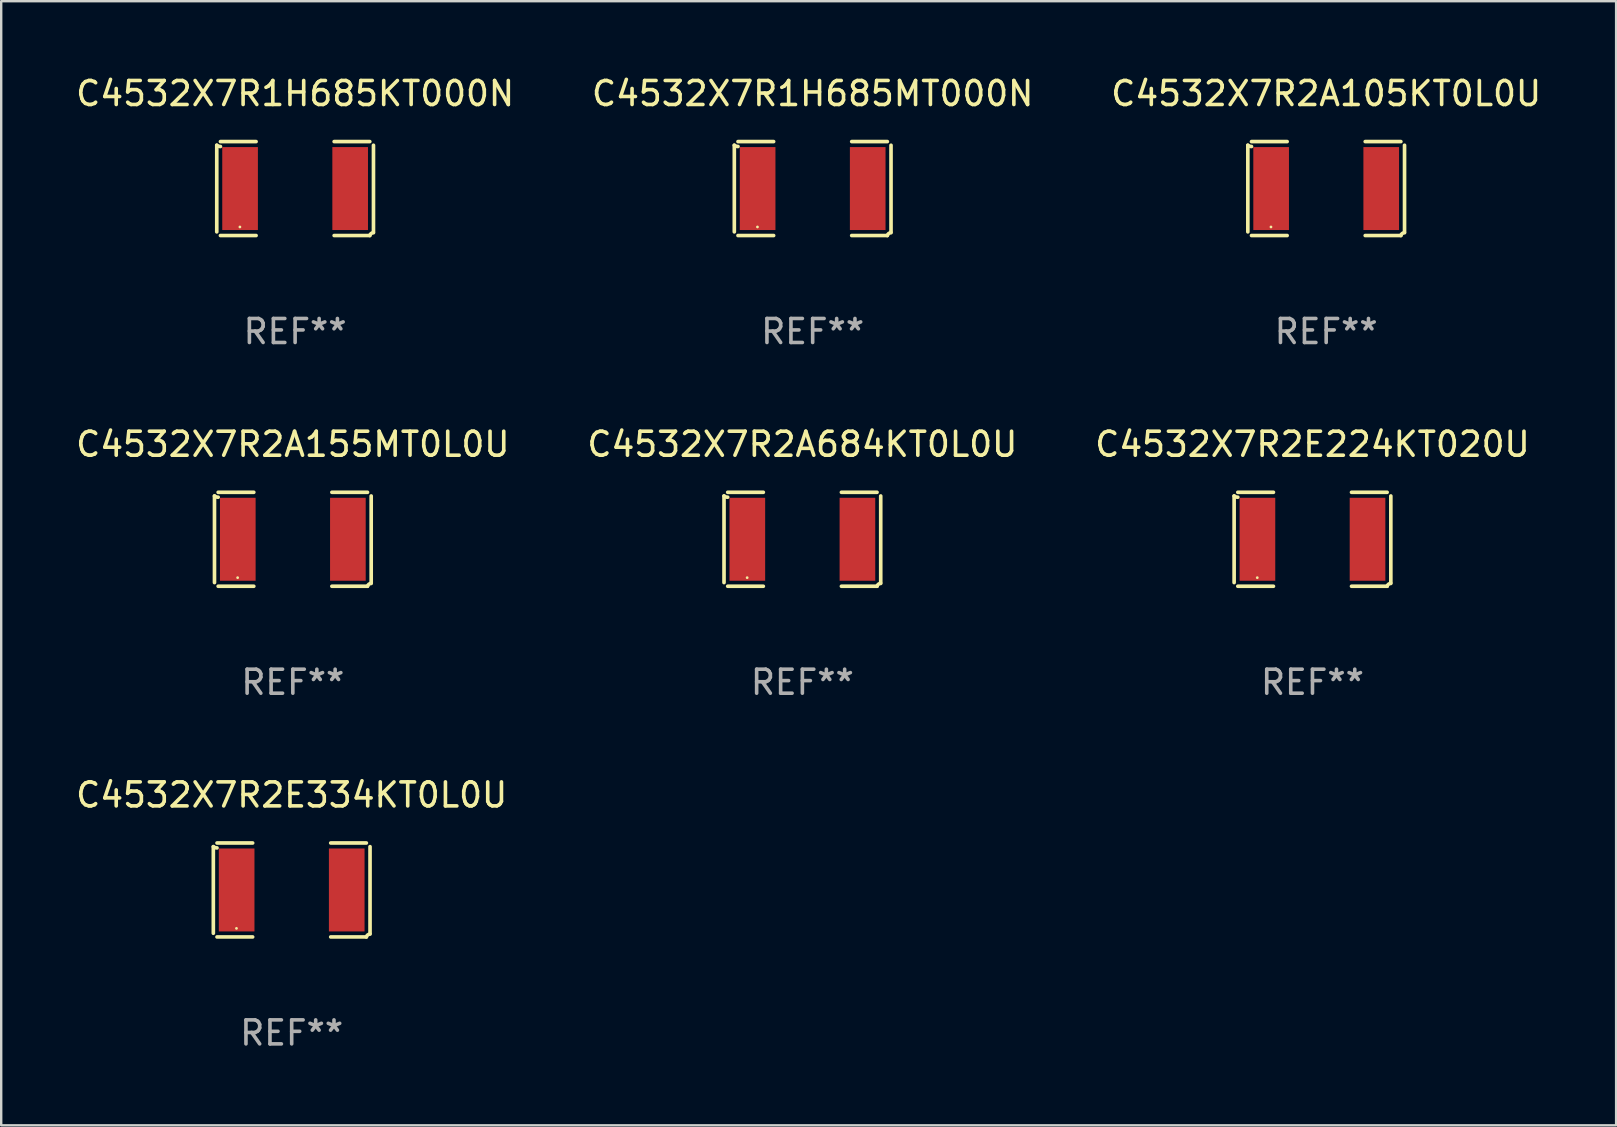
<source format=kicad_pcb>
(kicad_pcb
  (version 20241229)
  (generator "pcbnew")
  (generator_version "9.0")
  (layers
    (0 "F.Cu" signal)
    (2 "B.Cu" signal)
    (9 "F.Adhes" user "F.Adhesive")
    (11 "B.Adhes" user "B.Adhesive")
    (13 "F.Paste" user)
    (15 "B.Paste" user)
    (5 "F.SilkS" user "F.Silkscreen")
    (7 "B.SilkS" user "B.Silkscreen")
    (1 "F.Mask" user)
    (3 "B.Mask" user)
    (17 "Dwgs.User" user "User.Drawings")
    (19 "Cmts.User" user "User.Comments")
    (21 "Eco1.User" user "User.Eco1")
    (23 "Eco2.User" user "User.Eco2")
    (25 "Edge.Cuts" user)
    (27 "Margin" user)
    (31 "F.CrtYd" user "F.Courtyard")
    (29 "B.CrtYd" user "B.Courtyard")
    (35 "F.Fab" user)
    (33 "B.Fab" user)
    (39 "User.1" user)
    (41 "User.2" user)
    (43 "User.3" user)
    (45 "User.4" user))
  (footprint "C4532X7R2A684KT0L0U"
    (layer "F.Cu")
    (at 30.375 19.415)
    (property "Reference" "C4532X7R2A684KT0L0U" (at 0 -3.957 0) (layer "F.SilkS") (effects (font (size 1 1) (thickness 0.15))))
    (attr through_hole)
    (fp_line (start -3.264 1.804) (end -3.264 -1.804) (stroke (width 0.152) (type solid)) (layer "F.SilkS"))
    (fp_line (start -3.111 -1.957) (end -1.626 -1.957) (stroke (width 0.152) (type solid)) (layer "F.SilkS"))
    (fp_line (start -1.626 1.957) (end -3.111 1.957) (stroke (width 0.152) (type solid)) (layer "F.SilkS"))
    (fp_line (start 1.626 1.957) (end 3.111 1.957) (stroke (width 0.152) (type solid)) (layer "F.SilkS"))
    (fp_line (start 3.111 -1.957) (end 1.626 -1.957) (stroke (width 0.152) (type solid)) (layer "F.SilkS"))
    (fp_line (start 3.264 1.804) (end 3.264 -1.804) (stroke (width 0.152) (type solid)) (layer "F.SilkS"))
    (fp_arc (start -3.111202 -1.752192) (mid -3.191715 -1.76555) (end -3.263602 -1.804191) (stroke (width 0.1524) (type solid)) (layer "F.SilkS"))
    (fp_arc (start 3.111201 1.956591) (mid 3.167789 1.872777) (end 3.263602 1.840424) (stroke (width 0.1524) (type solid)) (layer "F.SilkS"))
    (fp_circle (center -2.3 1.6) (end -2.27 1.6) (stroke (width 0.06) (type solid)) (fill no) (layer "F.SilkS"))
    (fp_text user "REF**" (at 0 5.957 0) (layer "F.Fab") (effects (font (size 1 1) (thickness 0.15))))
    (pad "1" smd rect (at -2.293 0) (size 1.485 3.456) (layers "F.Cu" "F.Mask" "F.Paste"))
    (pad "2" smd rect (at 2.293 0) (size 1.485 3.456) (layers "F.Cu" "F.Mask" "F.Paste")))
  (footprint "C4532X7R2A155MT0L0U"
    (layer "F.Cu")
    (at 9.149 19.415)
    (property "Reference" "C4532X7R2A155MT0L0U" (at 0 -3.957 0) (layer "F.SilkS") (effects (font (size 1 1) (thickness 0.15))))
    (attr through_hole)
    (fp_line (start -3.264 1.804) (end -3.264 -1.804) (stroke (width 0.152) (type solid)) (layer "F.SilkS"))
    (fp_line (start -3.111 -1.957) (end -1.626 -1.957) (stroke (width 0.152) (type solid)) (layer "F.SilkS"))
    (fp_line (start -1.626 1.957) (end -3.111 1.957) (stroke (width 0.152) (type solid)) (layer "F.SilkS"))
    (fp_line (start 1.626 1.957) (end 3.111 1.957) (stroke (width 0.152) (type solid)) (layer "F.SilkS"))
    (fp_line (start 3.111 -1.957) (end 1.626 -1.957) (stroke (width 0.152) (type solid)) (layer "F.SilkS"))
    (fp_line (start 3.264 1.804) (end 3.264 -1.804) (stroke (width 0.152) (type solid)) (layer "F.SilkS"))
    (fp_arc (start -3.111202 -1.752192) (mid -3.191715 -1.76555) (end -3.263602 -1.804191) (stroke (width 0.1524) (type solid)) (layer "F.SilkS"))
    (fp_arc (start 3.111201 1.956591) (mid 3.167789 1.872777) (end 3.263602 1.840424) (stroke (width 0.1524) (type solid)) (layer "F.SilkS"))
    (fp_circle (center -2.3 1.6) (end -2.27 1.6) (stroke (width 0.06) (type solid)) (fill no) (layer "F.SilkS"))
    (fp_text user "REF**" (at 0 5.957 0) (layer "F.Fab") (effects (font (size 1 1) (thickness 0.15))))
    (pad "1" smd rect (at -2.293 0) (size 1.485 3.456) (layers "F.Cu" "F.Mask" "F.Paste"))
    (pad "2" smd rect (at 2.293 0) (size 1.485 3.456) (layers "F.Cu" "F.Mask" "F.Paste")))
  (footprint "C4532X7R2E334KT0L0U"
    (layer "F.Cu")
    (at 9.101 34.024)
    (property "Reference" "C4532X7R2E334KT0L0U" (at 0 -3.957 0) (layer "F.SilkS") (effects (font (size 1 1) (thickness 0.15))))
    (attr through_hole)
    (fp_line (start -3.264 1.804) (end -3.264 -1.804) (stroke (width 0.152) (type solid)) (layer "F.SilkS"))
    (fp_line (start -3.111 -1.957) (end -1.626 -1.957) (stroke (width 0.152) (type solid)) (layer "F.SilkS"))
    (fp_line (start -1.626 1.957) (end -3.111 1.957) (stroke (width 0.152) (type solid)) (layer "F.SilkS"))
    (fp_line (start 1.626 1.957) (end 3.111 1.957) (stroke (width 0.152) (type solid)) (layer "F.SilkS"))
    (fp_line (start 3.111 -1.957) (end 1.626 -1.957) (stroke (width 0.152) (type solid)) (layer "F.SilkS"))
    (fp_line (start 3.264 1.804) (end 3.264 -1.804) (stroke (width 0.152) (type solid)) (layer "F.SilkS"))
    (fp_arc (start -3.111202 -1.752192) (mid -3.191715 -1.76555) (end -3.263602 -1.804191) (stroke (width 0.1524) (type solid)) (layer "F.SilkS"))
    (fp_arc (start 3.111201 1.956591) (mid 3.167789 1.872777) (end 3.263602 1.840424) (stroke (width 0.1524) (type solid)) (layer "F.SilkS"))
    (fp_circle (center -2.3 1.6) (end -2.27 1.6) (stroke (width 0.06) (type solid)) (fill no) (layer "F.SilkS"))
    (fp_text user "REF**" (at 0 5.957 0) (layer "F.Fab") (effects (font (size 1 1) (thickness 0.15))))
    (pad "1" smd rect (at -2.293 0) (size 1.485 3.456) (layers "F.Cu" "F.Mask" "F.Paste"))
    (pad "2" smd rect (at 2.293 0) (size 1.485 3.456) (layers "F.Cu" "F.Mask" "F.Paste")))
  (footprint "C4532X7R2A105KT0L0U"
    (layer "F.Cu")
    (at 52.196 4.805)
    (property "Reference" "C4532X7R2A105KT0L0U" (at 0 -3.957 0) (layer "F.SilkS") (effects (font (size 1 1) (thickness 0.15))))
    (attr through_hole)
    (fp_line (start -3.264 1.804) (end -3.264 -1.804) (stroke (width 0.152) (type solid)) (layer "F.SilkS"))
    (fp_line (start -3.111 -1.957) (end -1.626 -1.957) (stroke (width 0.152) (type solid)) (layer "F.SilkS"))
    (fp_line (start -1.626 1.957) (end -3.111 1.957) (stroke (width 0.152) (type solid)) (layer "F.SilkS"))
    (fp_line (start 1.626 1.957) (end 3.111 1.957) (stroke (width 0.152) (type solid)) (layer "F.SilkS"))
    (fp_line (start 3.111 -1.957) (end 1.626 -1.957) (stroke (width 0.152) (type solid)) (layer "F.SilkS"))
    (fp_line (start 3.264 1.804) (end 3.264 -1.804) (stroke (width 0.152) (type solid)) (layer "F.SilkS"))
    (fp_arc (start -3.111202 -1.752192) (mid -3.191715 -1.76555) (end -3.263602 -1.804191) (stroke (width 0.1524) (type solid)) (layer "F.SilkS"))
    (fp_arc (start 3.111201 1.956591) (mid 3.167789 1.872777) (end 3.263602 1.840424) (stroke (width 0.1524) (type solid)) (layer "F.SilkS"))
    (fp_circle (center -2.3 1.6) (end -2.27 1.6) (stroke (width 0.06) (type solid)) (fill no) (layer "F.SilkS"))
    (fp_text user "REF**" (at 0 5.957 0) (layer "F.Fab") (effects (font (size 1 1) (thickness 0.15))))
    (pad "1" smd rect (at -2.293 0) (size 1.485 3.456) (layers "F.Cu" "F.Mask" "F.Paste"))
    (pad "2" smd rect (at 2.293 0) (size 1.485 3.456) (layers "F.Cu" "F.Mask" "F.Paste")))
  (footprint "C4532X7R1H685MT000N"
    (layer "F.Cu")
    (at 30.804 4.805)
    (property "Reference" "C4532X7R1H685MT000N" (at 0 -3.957 0) (layer "F.SilkS") (effects (font (size 1 1) (thickness 0.15))))
    (attr through_hole)
    (fp_line (start -3.264 1.804) (end -3.264 -1.804) (stroke (width 0.152) (type solid)) (layer "F.SilkS"))
    (fp_line (start -3.111 -1.957) (end -1.626 -1.957) (stroke (width 0.152) (type solid)) (layer "F.SilkS"))
    (fp_line (start -1.626 1.957) (end -3.111 1.957) (stroke (width 0.152) (type solid)) (layer "F.SilkS"))
    (fp_line (start 1.626 1.957) (end 3.111 1.957) (stroke (width 0.152) (type solid)) (layer "F.SilkS"))
    (fp_line (start 3.111 -1.957) (end 1.626 -1.957) (stroke (width 0.152) (type solid)) (layer "F.SilkS"))
    (fp_line (start 3.264 1.804) (end 3.264 -1.804) (stroke (width 0.152) (type solid)) (layer "F.SilkS"))
    (fp_arc (start -3.111202 -1.752192) (mid -3.191715 -1.76555) (end -3.263602 -1.804191) (stroke (width 0.1524) (type solid)) (layer "F.SilkS"))
    (fp_arc (start 3.111201 1.956591) (mid 3.167789 1.872777) (end 3.263602 1.840424) (stroke (width 0.1524) (type solid)) (layer "F.SilkS"))
    (fp_circle (center -2.3 1.6) (end -2.27 1.6) (stroke (width 0.06) (type solid)) (fill no) (layer "F.SilkS"))
    (fp_text user "REF**" (at 0 5.957 0) (layer "F.Fab") (effects (font (size 1 1) (thickness 0.15))))
    (pad "1" smd rect (at -2.293 0) (size 1.485 3.456) (layers "F.Cu" "F.Mask" "F.Paste"))
    (pad "2" smd rect (at 2.293 0) (size 1.485 3.456) (layers "F.Cu" "F.Mask" "F.Paste")))
  (footprint "C4532X7R2E224KT020U"
    (layer "F.Cu")
    (at 51.625 19.415)
    (property "Reference" "C4532X7R2E224KT020U" (at 0 -3.957 0) (layer "F.SilkS") (effects (font (size 1 1) (thickness 0.15))))
    (attr through_hole)
    (fp_line (start -3.264 1.804) (end -3.264 -1.804) (stroke (width 0.152) (type solid)) (layer "F.SilkS"))
    (fp_line (start -3.111 -1.957) (end -1.626 -1.957) (stroke (width 0.152) (type solid)) (layer "F.SilkS"))
    (fp_line (start -1.626 1.957) (end -3.111 1.957) (stroke (width 0.152) (type solid)) (layer "F.SilkS"))
    (fp_line (start 1.626 1.957) (end 3.111 1.957) (stroke (width 0.152) (type solid)) (layer "F.SilkS"))
    (fp_line (start 3.111 -1.957) (end 1.626 -1.957) (stroke (width 0.152) (type solid)) (layer "F.SilkS"))
    (fp_line (start 3.264 1.804) (end 3.264 -1.804) (stroke (width 0.152) (type solid)) (layer "F.SilkS"))
    (fp_arc (start -3.111202 -1.752192) (mid -3.191715 -1.76555) (end -3.263602 -1.804191) (stroke (width 0.1524) (type solid)) (layer "F.SilkS"))
    (fp_arc (start 3.111201 1.956591) (mid 3.167789 1.872777) (end 3.263602 1.840424) (stroke (width 0.1524) (type solid)) (layer "F.SilkS"))
    (fp_circle (center -2.3 1.6) (end -2.27 1.6) (stroke (width 0.06) (type solid)) (fill no) (layer "F.SilkS"))
    (fp_text user "REF**" (at 0 5.957 0) (layer "F.Fab") (effects (font (size 1 1) (thickness 0.15))))
    (pad "1" smd rect (at -2.293 0) (size 1.485 3.456) (layers "F.Cu" "F.Mask" "F.Paste"))
    (pad "2" smd rect (at 2.293 0) (size 1.485 3.456) (layers "F.Cu" "F.Mask" "F.Paste")))
  (footprint "C4532X7R1H685KT000N"
    (layer "F.Cu")
    (at 9.244 4.805)
    (property "Reference" "C4532X7R1H685KT000N" (at 0 -3.957 0) (layer "F.SilkS") (effects (font (size 1 1) (thickness 0.15))))
    (attr through_hole)
    (fp_line (start -3.264 1.804) (end -3.264 -1.804) (stroke (width 0.152) (type solid)) (layer "F.SilkS"))
    (fp_line (start -3.111 -1.957) (end -1.626 -1.957) (stroke (width 0.152) (type solid)) (layer "F.SilkS"))
    (fp_line (start -1.626 1.957) (end -3.111 1.957) (stroke (width 0.152) (type solid)) (layer "F.SilkS"))
    (fp_line (start 1.626 1.957) (end 3.111 1.957) (stroke (width 0.152) (type solid)) (layer "F.SilkS"))
    (fp_line (start 3.111 -1.957) (end 1.626 -1.957) (stroke (width 0.152) (type solid)) (layer "F.SilkS"))
    (fp_line (start 3.264 1.804) (end 3.264 -1.804) (stroke (width 0.152) (type solid)) (layer "F.SilkS"))
    (fp_arc (start -3.111202 -1.752192) (mid -3.191715 -1.76555) (end -3.263602 -1.804191) (stroke (width 0.1524) (type solid)) (layer "F.SilkS"))
    (fp_arc (start 3.111201 1.956591) (mid 3.167789 1.872777) (end 3.263602 1.840424) (stroke (width 0.1524) (type solid)) (layer "F.SilkS"))
    (fp_circle (center -2.3 1.6) (end -2.27 1.6) (stroke (width 0.06) (type solid)) (fill no) (layer "F.SilkS"))
    (fp_text user "REF**" (at 0 5.957 0) (layer "F.Fab") (effects (font (size 1 1) (thickness 0.15))))
    (pad "1" smd rect (at -2.293 0) (size 1.485 3.456) (layers "F.Cu" "F.Mask" "F.Paste"))
    (pad "2" smd rect (at 2.293 0) (size 1.485 3.456) (layers "F.Cu" "F.Mask" "F.Paste")))
  (gr_rect
    (start -3 -3)
    (end 64.274 43.829)
    (stroke (width 0.1) (type default))
    (fill no)
    (layer "Edge.Cuts")))
</source>
